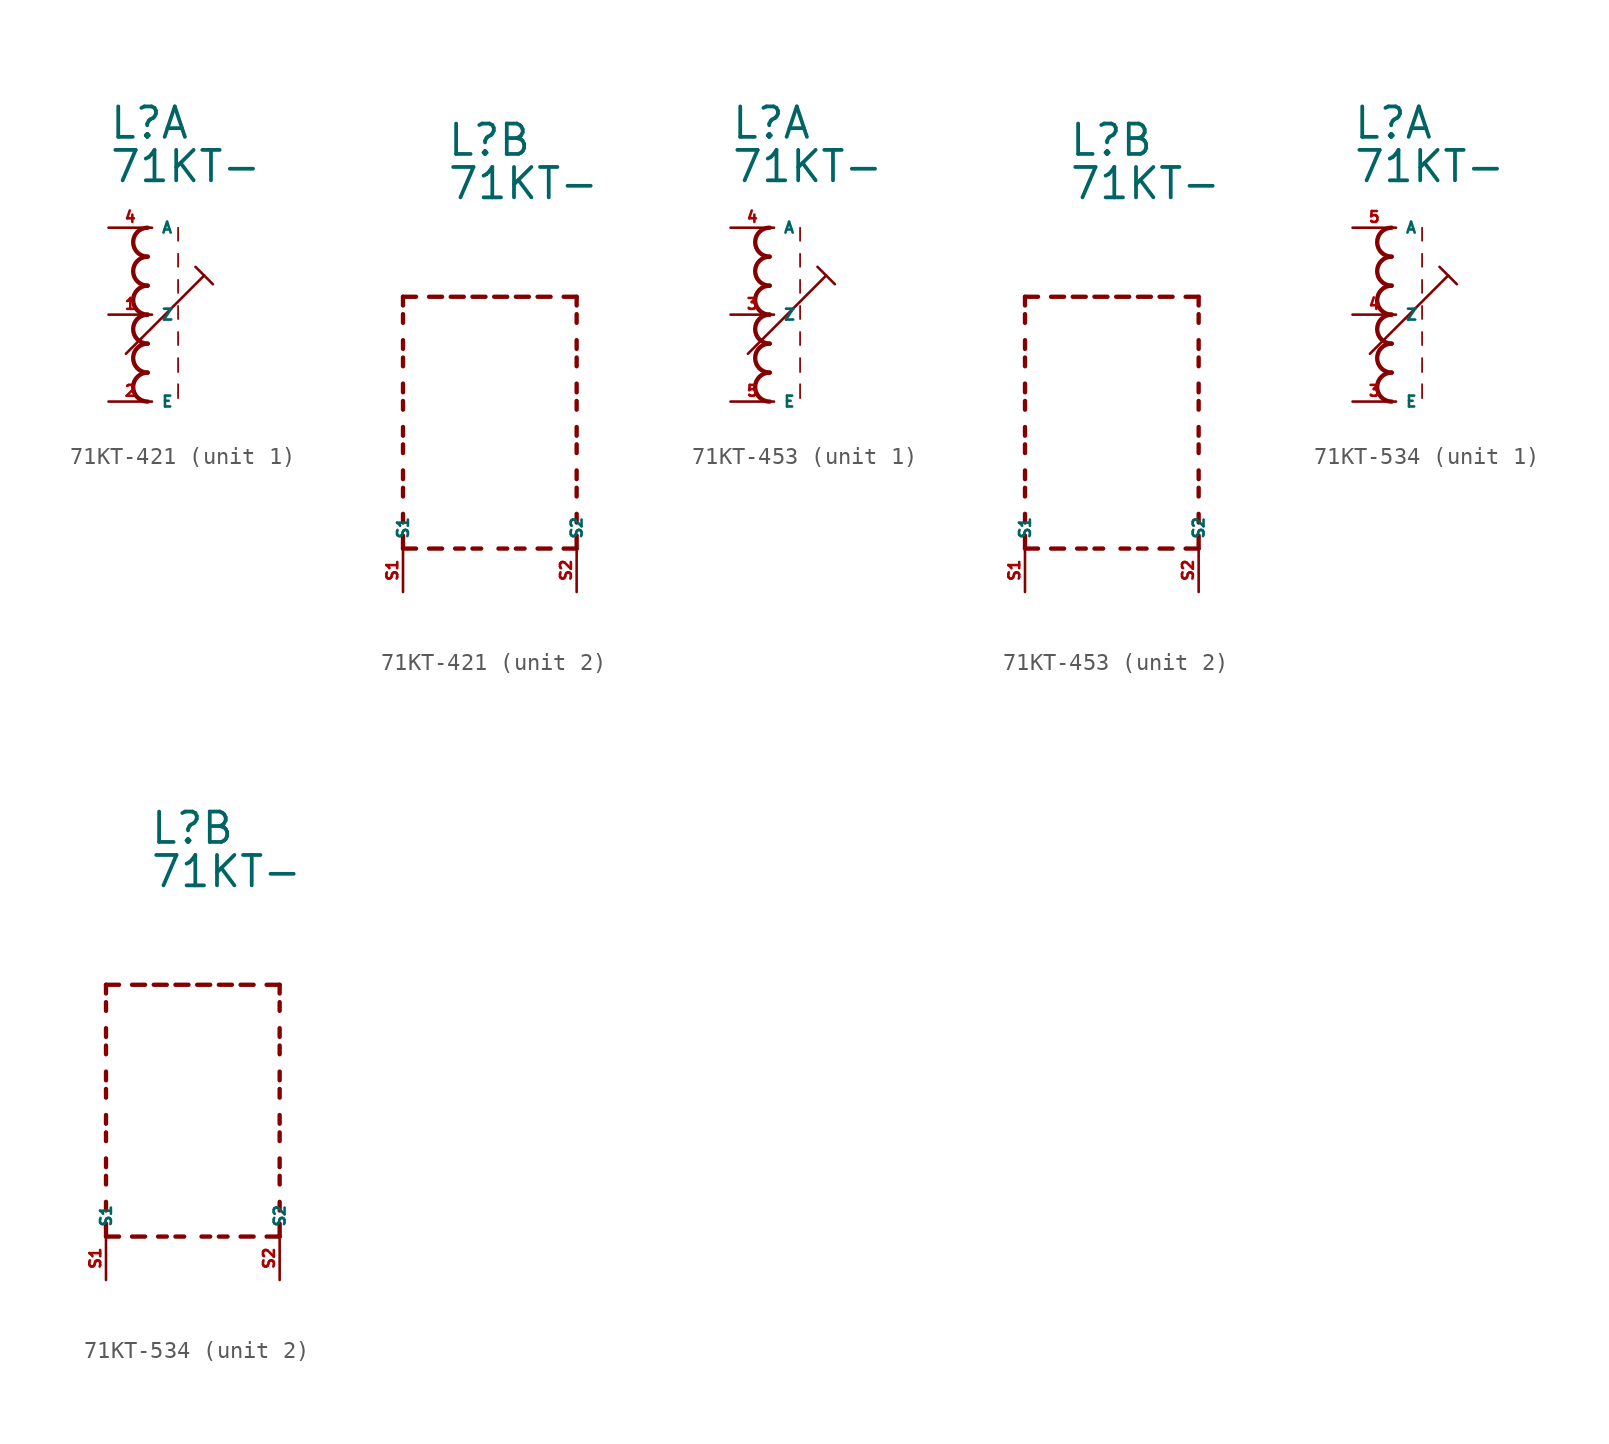
<source format=kicad_sym>
(kicad_symbol_lib
  (version 20220914)
  (generator kicad_symbol_editor)
  (symbol "71KT-421"
    (property "Reference" "L"
      (at -2.54 10.16 0)
      (effects (font (size 1.778 1.778) (thickness 0.22)) (justify left bottom)))
    (property "Value" "71KT-"
      (at -2.54 7.62 0)
      (effects (font (size 1.778 1.778) (thickness 0.22)) (justify left bottom)))
    (symbol "71KT-421_1_0"
      (arc (start -0.254 -3.3866) (mid -1.1004 -4.2333) (end -0.254 -5.08) (stroke (width 0.254) (type default)) (fill (type none)))
      (arc (start -0.254 -1.6932) (mid -1.1004 -2.5399) (end -0.254 -3.3866) (stroke (width 0.254) (type default)) (fill (type none)))
      (arc (start -0.254 0) (mid -1.1004 -0.8467) (end -0.254 -1.6934) (stroke (width 0.254) (type default)) (fill (type none)))
      (arc (start -0.254 1.6934) (mid -1.1004 0.8467) (end -0.254 0) (stroke (width 0.254) (type default)) (fill (type none)))
      (arc (start -0.254 3.3866) (mid -1.1002 2.54) (end -0.254 1.6934) (stroke (width 0.254) (type default)) (fill (type none)))
      (arc (start -0.254 5.08) (mid -1.1004 4.2333) (end -0.254 3.3866) (stroke (width 0.254) (type default)) (fill (type none)))
      (polyline (pts (xy -1.524 -2.286) (xy 3.048 2.286)) (stroke (width 0.152) (type default)) (fill (type none)))
      (polyline (pts (xy 1.524 -4.064) (xy 1.524 -4.88)) (stroke (width 0.102) (type default)) (fill (type none)))
      (polyline (pts (xy 1.524 -2.54) (xy 1.524 -3.356)) (stroke (width 0.102) (type default)) (fill (type none)))
      (polyline (pts (xy 1.524 -1.016) (xy 1.524 -1.778)) (stroke (width 0.102) (type default)) (fill (type none)))
      (polyline (pts (xy 1.524 0.508) (xy 1.524 -0.254)) (stroke (width 0.102) (type default)) (fill (type none)))
      (polyline (pts (xy 1.524 2.032) (xy 1.524 1.27)) (stroke (width 0.102) (type default)) (fill (type none)))
      (polyline (pts (xy 1.524 3.556) (xy 1.524 2.794)) (stroke (width 0.102) (type default)) (fill (type none)))
      (polyline (pts (xy 1.524 5.08) (xy 1.524 4.318)) (stroke (width 0.102) (type default)) (fill (type none)))
      (polyline (pts (xy 2.54 2.794) (xy 3.048 2.286)) (stroke (width 0.152) (type default)) (fill (type none)))
      (polyline (pts (xy 3.048 2.286) (xy 3.556 1.778)) (stroke (width 0.152) (type default)) (fill (type none)))
      (pin passive line (at -2.54 0 0) (length 2.54) (name "Z" (effects (font (size 0.635 0.635)))) (number "1" (effects (font (size 0.635 0.635)))))
      (pin passive line (at -2.54 -5.08 0) (length 2.54) (name "E" (effects (font (size 0.635 0.635)))) (number "2" (effects (font (size 0.635 0.635)))))
      (pin passive line (at -2.54 5.08 0) (length 2.54) (name "A" (effects (font (size 0.635 0.635)))) (number "4" (effects (font (size 0.635 0.635))))))
    (symbol "71KT-421_2_0"
      (polyline (pts (xy -5.08 -12.7) (xy -5.08 -11.938)) (stroke (width 0.254) (type default)) (fill (type none)))
      (polyline (pts (xy -5.08 -12.7) (xy -4.318 -12.7)) (stroke (width 0.254) (type default)) (fill (type none)))
      (polyline (pts (xy -5.08 -11.176) (xy -5.08 -10.668)) (stroke (width 0.254) (type default)) (fill (type none)))
      (polyline (pts (xy -5.08 -9.652) (xy -5.08 -9.144)) (stroke (width 0.254) (type default)) (fill (type none)))
      (polyline (pts (xy -5.08 -8.636) (xy -5.08 -8.128)) (stroke (width 0.254) (type default)) (fill (type none)))
      (polyline (pts (xy -5.08 -7.112) (xy -5.08 -6.604)) (stroke (width 0.254) (type default)) (fill (type none)))
      (polyline (pts (xy -5.08 -6.096) (xy -5.08 -5.588)) (stroke (width 0.254) (type default)) (fill (type none)))
      (polyline (pts (xy -5.08 -4.572) (xy -5.08 -4.064)) (stroke (width 0.254) (type default)) (fill (type none)))
      (polyline (pts (xy -5.08 -3.556) (xy -5.08 -3.048)) (stroke (width 0.254) (type default)) (fill (type none)))
      (polyline (pts (xy -5.08 -2.032) (xy -5.08 -1.524)) (stroke (width 0.254) (type default)) (fill (type none)))
      (polyline (pts (xy -5.08 -1.016) (xy -5.08 -0.508)) (stroke (width 0.254) (type default)) (fill (type none)))
      (polyline (pts (xy -5.08 0.508) (xy -5.08 1.016)) (stroke (width 0.254) (type default)) (fill (type none)))
      (polyline (pts (xy -5.08 1.524) (xy -5.08 2.032)) (stroke (width 0.254) (type default)) (fill (type none)))
      (polyline (pts (xy -5.08 2.032) (xy -4.318 2.032)) (stroke (width 0.254) (type default)) (fill (type none)))
      (polyline (pts (xy -3.556 -12.7) (xy -2.794 -12.7)) (stroke (width 0.254) (type default)) (fill (type none)))
      (polyline (pts (xy -3.556 2.032) (xy -2.794 2.032)) (stroke (width 0.254) (type default)) (fill (type none)))
      (polyline (pts (xy -1.524 -12.7) (xy -2.032 -12.7)) (stroke (width 0.254) (type default)) (fill (type none)))
      (polyline (pts (xy -1.524 2.032) (xy -2.286 2.032)) (stroke (width 0.254) (type default)) (fill (type none)))
      (polyline (pts (xy -1.016 2.032) (xy -0.254 2.032)) (stroke (width 0.254) (type default)) (fill (type none)))
      (polyline (pts (xy -0.508 -12.7) (xy -1.016 -12.7)) (stroke (width 0.254) (type default)) (fill (type none)))
      (polyline (pts (xy 1.016 -12.7) (xy 0.508 -12.7)) (stroke (width 0.254) (type default)) (fill (type none)))
      (polyline (pts (xy 1.016 2.032) (xy 0.254 2.032)) (stroke (width 0.254) (type default)) (fill (type none)))
      (polyline (pts (xy 1.524 2.032) (xy 2.286 2.032)) (stroke (width 0.254) (type default)) (fill (type none)))
      (polyline (pts (xy 2.032 -12.7) (xy 1.524 -12.7)) (stroke (width 0.254) (type default)) (fill (type none)))
      (polyline (pts (xy 3.556 -12.7) (xy 2.794 -12.7)) (stroke (width 0.254) (type default)) (fill (type none)))
      (polyline (pts (xy 3.556 2.032) (xy 2.794 2.032)) (stroke (width 0.254) (type default)) (fill (type none)))
      (polyline (pts (xy 5.08 -12.7) (xy 4.318 -12.7)) (stroke (width 0.254) (type default)) (fill (type none)))
      (polyline (pts (xy 5.08 -12.7) (xy 5.08 -11.938)) (stroke (width 0.254) (type default)) (fill (type none)))
      (polyline (pts (xy 5.08 -11.176) (xy 5.08 -10.668)) (stroke (width 0.254) (type default)) (fill (type none)))
      (polyline (pts (xy 5.08 -9.652) (xy 5.08 -9.144)) (stroke (width 0.254) (type default)) (fill (type none)))
      (polyline (pts (xy 5.08 -8.636) (xy 5.08 -8.128)) (stroke (width 0.254) (type default)) (fill (type none)))
      (polyline (pts (xy 5.08 -7.112) (xy 5.08 -6.604)) (stroke (width 0.254) (type default)) (fill (type none)))
      (polyline (pts (xy 5.08 -6.096) (xy 5.08 -5.588)) (stroke (width 0.254) (type default)) (fill (type none)))
      (polyline (pts (xy 5.08 -4.572) (xy 5.08 -4.064)) (stroke (width 0.254) (type default)) (fill (type none)))
      (polyline (pts (xy 5.08 -3.556) (xy 5.08 -3.048)) (stroke (width 0.254) (type default)) (fill (type none)))
      (polyline (pts (xy 5.08 -2.032) (xy 5.08 -1.524)) (stroke (width 0.254) (type default)) (fill (type none)))
      (polyline (pts (xy 5.08 -1.016) (xy 5.08 -0.508)) (stroke (width 0.254) (type default)) (fill (type none)))
      (polyline (pts (xy 5.08 0.508) (xy 5.08 1.016)) (stroke (width 0.254) (type default)) (fill (type none)))
      (polyline (pts (xy 5.08 1.524) (xy 5.08 2.032)) (stroke (width 0.254) (type default)) (fill (type none)))
      (polyline (pts (xy 5.08 2.032) (xy 4.318 2.032)) (stroke (width 0.254) (type default)) (fill (type none)))
      (pin passive line (at -5.08 -15.24 90) (length 2.54) (name "S1" (effects (font (size 0.635 0.635)))) (number "S1" (effects (font (size 0.635 0.635)))))
      (pin passive line (at 5.08 -15.24 90) (length 2.54) (name "S2" (effects (font (size 0.635 0.635)))) (number "S2" (effects (font (size 0.635 0.635)))))))
  (symbol "71KT-453"
    (property "Reference" "L"
      (at -2.54 10.16 0)
      (effects (font (size 1.778 1.778) (thickness 0.22)) (justify left bottom)))
    (property "Value" "71KT-"
      (at -2.54 7.62 0)
      (effects (font (size 1.778 1.778) (thickness 0.22)) (justify left bottom)))
    (symbol "71KT-453_1_0"
      (arc (start -0.254 -3.3866) (mid -1.1004 -4.2333) (end -0.254 -5.08) (stroke (width 0.254) (type default)) (fill (type none)))
      (arc (start -0.254 -1.6932) (mid -1.1004 -2.5399) (end -0.254 -3.3866) (stroke (width 0.254) (type default)) (fill (type none)))
      (arc (start -0.254 0) (mid -1.1004 -0.8467) (end -0.254 -1.6934) (stroke (width 0.254) (type default)) (fill (type none)))
      (arc (start -0.254 1.6934) (mid -1.1004 0.8467) (end -0.254 0) (stroke (width 0.254) (type default)) (fill (type none)))
      (arc (start -0.254 3.3866) (mid -1.1002 2.54) (end -0.254 1.6934) (stroke (width 0.254) (type default)) (fill (type none)))
      (arc (start -0.254 5.08) (mid -1.1004 4.2333) (end -0.254 3.3866) (stroke (width 0.254) (type default)) (fill (type none)))
      (polyline (pts (xy -1.524 -2.286) (xy 3.048 2.286)) (stroke (width 0.152) (type default)) (fill (type none)))
      (polyline (pts (xy 1.524 -4.064) (xy 1.524 -4.88)) (stroke (width 0.102) (type default)) (fill (type none)))
      (polyline (pts (xy 1.524 -2.54) (xy 1.524 -3.356)) (stroke (width 0.102) (type default)) (fill (type none)))
      (polyline (pts (xy 1.524 -1.016) (xy 1.524 -1.778)) (stroke (width 0.102) (type default)) (fill (type none)))
      (polyline (pts (xy 1.524 0.508) (xy 1.524 -0.254)) (stroke (width 0.102) (type default)) (fill (type none)))
      (polyline (pts (xy 1.524 2.032) (xy 1.524 1.27)) (stroke (width 0.102) (type default)) (fill (type none)))
      (polyline (pts (xy 1.524 3.556) (xy 1.524 2.794)) (stroke (width 0.102) (type default)) (fill (type none)))
      (polyline (pts (xy 1.524 5.08) (xy 1.524 4.318)) (stroke (width 0.102) (type default)) (fill (type none)))
      (polyline (pts (xy 2.54 2.794) (xy 3.048 2.286)) (stroke (width 0.152) (type default)) (fill (type none)))
      (polyline (pts (xy 3.048 2.286) (xy 3.556 1.778)) (stroke (width 0.152) (type default)) (fill (type none)))
      (pin passive line (at -2.54 0 0) (length 2.54) (name "Z" (effects (font (size 0.635 0.635)))) (number "3" (effects (font (size 0.635 0.635)))))
      (pin passive line (at -2.54 5.08 0) (length 2.54) (name "A" (effects (font (size 0.635 0.635)))) (number "4" (effects (font (size 0.635 0.635)))))
      (pin passive line (at -2.54 -5.08 0) (length 2.54) (name "E" (effects (font (size 0.635 0.635)))) (number "5" (effects (font (size 0.635 0.635))))))
    (symbol "71KT-453_2_0"
      (polyline (pts (xy -5.08 -12.7) (xy -5.08 -11.938)) (stroke (width 0.254) (type default)) (fill (type none)))
      (polyline (pts (xy -5.08 -12.7) (xy -4.318 -12.7)) (stroke (width 0.254) (type default)) (fill (type none)))
      (polyline (pts (xy -5.08 -11.176) (xy -5.08 -10.668)) (stroke (width 0.254) (type default)) (fill (type none)))
      (polyline (pts (xy -5.08 -9.652) (xy -5.08 -9.144)) (stroke (width 0.254) (type default)) (fill (type none)))
      (polyline (pts (xy -5.08 -8.636) (xy -5.08 -8.128)) (stroke (width 0.254) (type default)) (fill (type none)))
      (polyline (pts (xy -5.08 -7.112) (xy -5.08 -6.604)) (stroke (width 0.254) (type default)) (fill (type none)))
      (polyline (pts (xy -5.08 -6.096) (xy -5.08 -5.588)) (stroke (width 0.254) (type default)) (fill (type none)))
      (polyline (pts (xy -5.08 -4.572) (xy -5.08 -4.064)) (stroke (width 0.254) (type default)) (fill (type none)))
      (polyline (pts (xy -5.08 -3.556) (xy -5.08 -3.048)) (stroke (width 0.254) (type default)) (fill (type none)))
      (polyline (pts (xy -5.08 -2.032) (xy -5.08 -1.524)) (stroke (width 0.254) (type default)) (fill (type none)))
      (polyline (pts (xy -5.08 -1.016) (xy -5.08 -0.508)) (stroke (width 0.254) (type default)) (fill (type none)))
      (polyline (pts (xy -5.08 0.508) (xy -5.08 1.016)) (stroke (width 0.254) (type default)) (fill (type none)))
      (polyline (pts (xy -5.08 1.524) (xy -5.08 2.032)) (stroke (width 0.254) (type default)) (fill (type none)))
      (polyline (pts (xy -5.08 2.032) (xy -4.318 2.032)) (stroke (width 0.254) (type default)) (fill (type none)))
      (polyline (pts (xy -3.556 -12.7) (xy -2.794 -12.7)) (stroke (width 0.254) (type default)) (fill (type none)))
      (polyline (pts (xy -3.556 2.032) (xy -2.794 2.032)) (stroke (width 0.254) (type default)) (fill (type none)))
      (polyline (pts (xy -1.524 -12.7) (xy -2.032 -12.7)) (stroke (width 0.254) (type default)) (fill (type none)))
      (polyline (pts (xy -1.524 2.032) (xy -2.286 2.032)) (stroke (width 0.254) (type default)) (fill (type none)))
      (polyline (pts (xy -1.016 2.032) (xy -0.254 2.032)) (stroke (width 0.254) (type default)) (fill (type none)))
      (polyline (pts (xy -0.508 -12.7) (xy -1.016 -12.7)) (stroke (width 0.254) (type default)) (fill (type none)))
      (polyline (pts (xy 1.016 -12.7) (xy 0.508 -12.7)) (stroke (width 0.254) (type default)) (fill (type none)))
      (polyline (pts (xy 1.016 2.032) (xy 0.254 2.032)) (stroke (width 0.254) (type default)) (fill (type none)))
      (polyline (pts (xy 1.524 2.032) (xy 2.286 2.032)) (stroke (width 0.254) (type default)) (fill (type none)))
      (polyline (pts (xy 2.032 -12.7) (xy 1.524 -12.7)) (stroke (width 0.254) (type default)) (fill (type none)))
      (polyline (pts (xy 3.556 -12.7) (xy 2.794 -12.7)) (stroke (width 0.254) (type default)) (fill (type none)))
      (polyline (pts (xy 3.556 2.032) (xy 2.794 2.032)) (stroke (width 0.254) (type default)) (fill (type none)))
      (polyline (pts (xy 5.08 -12.7) (xy 4.318 -12.7)) (stroke (width 0.254) (type default)) (fill (type none)))
      (polyline (pts (xy 5.08 -12.7) (xy 5.08 -11.938)) (stroke (width 0.254) (type default)) (fill (type none)))
      (polyline (pts (xy 5.08 -11.176) (xy 5.08 -10.668)) (stroke (width 0.254) (type default)) (fill (type none)))
      (polyline (pts (xy 5.08 -9.652) (xy 5.08 -9.144)) (stroke (width 0.254) (type default)) (fill (type none)))
      (polyline (pts (xy 5.08 -8.636) (xy 5.08 -8.128)) (stroke (width 0.254) (type default)) (fill (type none)))
      (polyline (pts (xy 5.08 -7.112) (xy 5.08 -6.604)) (stroke (width 0.254) (type default)) (fill (type none)))
      (polyline (pts (xy 5.08 -6.096) (xy 5.08 -5.588)) (stroke (width 0.254) (type default)) (fill (type none)))
      (polyline (pts (xy 5.08 -4.572) (xy 5.08 -4.064)) (stroke (width 0.254) (type default)) (fill (type none)))
      (polyline (pts (xy 5.08 -3.556) (xy 5.08 -3.048)) (stroke (width 0.254) (type default)) (fill (type none)))
      (polyline (pts (xy 5.08 -2.032) (xy 5.08 -1.524)) (stroke (width 0.254) (type default)) (fill (type none)))
      (polyline (pts (xy 5.08 -1.016) (xy 5.08 -0.508)) (stroke (width 0.254) (type default)) (fill (type none)))
      (polyline (pts (xy 5.08 0.508) (xy 5.08 1.016)) (stroke (width 0.254) (type default)) (fill (type none)))
      (polyline (pts (xy 5.08 1.524) (xy 5.08 2.032)) (stroke (width 0.254) (type default)) (fill (type none)))
      (polyline (pts (xy 5.08 2.032) (xy 4.318 2.032)) (stroke (width 0.254) (type default)) (fill (type none)))
      (pin passive line (at -5.08 -15.24 90) (length 2.54) (name "S1" (effects (font (size 0.635 0.635)))) (number "S1" (effects (font (size 0.635 0.635)))))
      (pin passive line (at 5.08 -15.24 90) (length 2.54) (name "S2" (effects (font (size 0.635 0.635)))) (number "S2" (effects (font (size 0.635 0.635)))))))
  (symbol "71KT-534"
    (property "Reference" "L"
      (at -2.54 10.16 0)
      (effects (font (size 1.778 1.778) (thickness 0.22)) (justify left bottom)))
    (property "Value" "71KT-"
      (at -2.54 7.62 0)
      (effects (font (size 1.778 1.778) (thickness 0.22)) (justify left bottom)))
    (symbol "71KT-534_1_0"
      (arc (start -0.254 -3.3866) (mid -1.1004 -4.2333) (end -0.254 -5.08) (stroke (width 0.254) (type default)) (fill (type none)))
      (arc (start -0.254 -1.6932) (mid -1.1004 -2.5399) (end -0.254 -3.3866) (stroke (width 0.254) (type default)) (fill (type none)))
      (arc (start -0.254 0) (mid -1.1004 -0.8467) (end -0.254 -1.6934) (stroke (width 0.254) (type default)) (fill (type none)))
      (arc (start -0.254 1.6934) (mid -1.1004 0.8467) (end -0.254 0) (stroke (width 0.254) (type default)) (fill (type none)))
      (arc (start -0.254 3.3866) (mid -1.1002 2.54) (end -0.254 1.6934) (stroke (width 0.254) (type default)) (fill (type none)))
      (arc (start -0.254 5.08) (mid -1.1004 4.2333) (end -0.254 3.3866) (stroke (width 0.254) (type default)) (fill (type none)))
      (polyline (pts (xy -1.524 -2.286) (xy 3.048 2.286)) (stroke (width 0.152) (type default)) (fill (type none)))
      (polyline (pts (xy 1.524 -4.064) (xy 1.524 -4.88)) (stroke (width 0.102) (type default)) (fill (type none)))
      (polyline (pts (xy 1.524 -2.54) (xy 1.524 -3.356)) (stroke (width 0.102) (type default)) (fill (type none)))
      (polyline (pts (xy 1.524 -1.016) (xy 1.524 -1.778)) (stroke (width 0.102) (type default)) (fill (type none)))
      (polyline (pts (xy 1.524 0.508) (xy 1.524 -0.254)) (stroke (width 0.102) (type default)) (fill (type none)))
      (polyline (pts (xy 1.524 2.032) (xy 1.524 1.27)) (stroke (width 0.102) (type default)) (fill (type none)))
      (polyline (pts (xy 1.524 3.556) (xy 1.524 2.794)) (stroke (width 0.102) (type default)) (fill (type none)))
      (polyline (pts (xy 1.524 5.08) (xy 1.524 4.318)) (stroke (width 0.102) (type default)) (fill (type none)))
      (polyline (pts (xy 2.54 2.794) (xy 3.048 2.286)) (stroke (width 0.152) (type default)) (fill (type none)))
      (polyline (pts (xy 3.048 2.286) (xy 3.556 1.778)) (stroke (width 0.152) (type default)) (fill (type none)))
      (pin passive line (at -2.54 -5.08 0) (length 2.54) (name "E" (effects (font (size 0.635 0.635)))) (number "3" (effects (font (size 0.635 0.635)))))
      (pin passive line (at -2.54 0 0) (length 2.54) (name "Z" (effects (font (size 0.635 0.635)))) (number "4" (effects (font (size 0.635 0.635)))))
      (pin passive line (at -2.54 5.08 0) (length 2.54) (name "A" (effects (font (size 0.635 0.635)))) (number "5" (effects (font (size 0.635 0.635))))))
    (symbol "71KT-534_2_0"
      (polyline (pts (xy -5.08 -12.7) (xy -5.08 -11.938)) (stroke (width 0.254) (type default)) (fill (type none)))
      (polyline (pts (xy -5.08 -12.7) (xy -4.318 -12.7)) (stroke (width 0.254) (type default)) (fill (type none)))
      (polyline (pts (xy -5.08 -11.176) (xy -5.08 -10.668)) (stroke (width 0.254) (type default)) (fill (type none)))
      (polyline (pts (xy -5.08 -9.652) (xy -5.08 -9.144)) (stroke (width 0.254) (type default)) (fill (type none)))
      (polyline (pts (xy -5.08 -8.636) (xy -5.08 -8.128)) (stroke (width 0.254) (type default)) (fill (type none)))
      (polyline (pts (xy -5.08 -7.112) (xy -5.08 -6.604)) (stroke (width 0.254) (type default)) (fill (type none)))
      (polyline (pts (xy -5.08 -6.096) (xy -5.08 -5.588)) (stroke (width 0.254) (type default)) (fill (type none)))
      (polyline (pts (xy -5.08 -4.572) (xy -5.08 -4.064)) (stroke (width 0.254) (type default)) (fill (type none)))
      (polyline (pts (xy -5.08 -3.556) (xy -5.08 -3.048)) (stroke (width 0.254) (type default)) (fill (type none)))
      (polyline (pts (xy -5.08 -2.032) (xy -5.08 -1.524)) (stroke (width 0.254) (type default)) (fill (type none)))
      (polyline (pts (xy -5.08 -1.016) (xy -5.08 -0.508)) (stroke (width 0.254) (type default)) (fill (type none)))
      (polyline (pts (xy -5.08 0.508) (xy -5.08 1.016)) (stroke (width 0.254) (type default)) (fill (type none)))
      (polyline (pts (xy -5.08 1.524) (xy -5.08 2.032)) (stroke (width 0.254) (type default)) (fill (type none)))
      (polyline (pts (xy -5.08 2.032) (xy -4.318 2.032)) (stroke (width 0.254) (type default)) (fill (type none)))
      (polyline (pts (xy -3.556 -12.7) (xy -2.794 -12.7)) (stroke (width 0.254) (type default)) (fill (type none)))
      (polyline (pts (xy -3.556 2.032) (xy -2.794 2.032)) (stroke (width 0.254) (type default)) (fill (type none)))
      (polyline (pts (xy -1.524 -12.7) (xy -2.032 -12.7)) (stroke (width 0.254) (type default)) (fill (type none)))
      (polyline (pts (xy -1.524 2.032) (xy -2.286 2.032)) (stroke (width 0.254) (type default)) (fill (type none)))
      (polyline (pts (xy -1.016 2.032) (xy -0.254 2.032)) (stroke (width 0.254) (type default)) (fill (type none)))
      (polyline (pts (xy -0.508 -12.7) (xy -1.016 -12.7)) (stroke (width 0.254) (type default)) (fill (type none)))
      (polyline (pts (xy 1.016 -12.7) (xy 0.508 -12.7)) (stroke (width 0.254) (type default)) (fill (type none)))
      (polyline (pts (xy 1.016 2.032) (xy 0.254 2.032)) (stroke (width 0.254) (type default)) (fill (type none)))
      (polyline (pts (xy 1.524 2.032) (xy 2.286 2.032)) (stroke (width 0.254) (type default)) (fill (type none)))
      (polyline (pts (xy 2.032 -12.7) (xy 1.524 -12.7)) (stroke (width 0.254) (type default)) (fill (type none)))
      (polyline (pts (xy 3.556 -12.7) (xy 2.794 -12.7)) (stroke (width 0.254) (type default)) (fill (type none)))
      (polyline (pts (xy 3.556 2.032) (xy 2.794 2.032)) (stroke (width 0.254) (type default)) (fill (type none)))
      (polyline (pts (xy 5.08 -12.7) (xy 4.318 -12.7)) (stroke (width 0.254) (type default)) (fill (type none)))
      (polyline (pts (xy 5.08 -12.7) (xy 5.08 -11.938)) (stroke (width 0.254) (type default)) (fill (type none)))
      (polyline (pts (xy 5.08 -11.176) (xy 5.08 -10.668)) (stroke (width 0.254) (type default)) (fill (type none)))
      (polyline (pts (xy 5.08 -9.652) (xy 5.08 -9.144)) (stroke (width 0.254) (type default)) (fill (type none)))
      (polyline (pts (xy 5.08 -8.636) (xy 5.08 -8.128)) (stroke (width 0.254) (type default)) (fill (type none)))
      (polyline (pts (xy 5.08 -7.112) (xy 5.08 -6.604)) (stroke (width 0.254) (type default)) (fill (type none)))
      (polyline (pts (xy 5.08 -6.096) (xy 5.08 -5.588)) (stroke (width 0.254) (type default)) (fill (type none)))
      (polyline (pts (xy 5.08 -4.572) (xy 5.08 -4.064)) (stroke (width 0.254) (type default)) (fill (type none)))
      (polyline (pts (xy 5.08 -3.556) (xy 5.08 -3.048)) (stroke (width 0.254) (type default)) (fill (type none)))
      (polyline (pts (xy 5.08 -2.032) (xy 5.08 -1.524)) (stroke (width 0.254) (type default)) (fill (type none)))
      (polyline (pts (xy 5.08 -1.016) (xy 5.08 -0.508)) (stroke (width 0.254) (type default)) (fill (type none)))
      (polyline (pts (xy 5.08 0.508) (xy 5.08 1.016)) (stroke (width 0.254) (type default)) (fill (type none)))
      (polyline (pts (xy 5.08 1.524) (xy 5.08 2.032)) (stroke (width 0.254) (type default)) (fill (type none)))
      (polyline (pts (xy 5.08 2.032) (xy 4.318 2.032)) (stroke (width 0.254) (type default)) (fill (type none)))
      (pin passive line (at -5.08 -15.24 90) (length 2.54) (name "S1" (effects (font (size 0.635 0.635)))) (number "S1" (effects (font (size 0.635 0.635)))))
      (pin passive line (at 5.08 -15.24 90) (length 2.54) (name "S2" (effects (font (size 0.635 0.635)))) (number "S2" (effects (font (size 0.635 0.635))))))))
</source>
